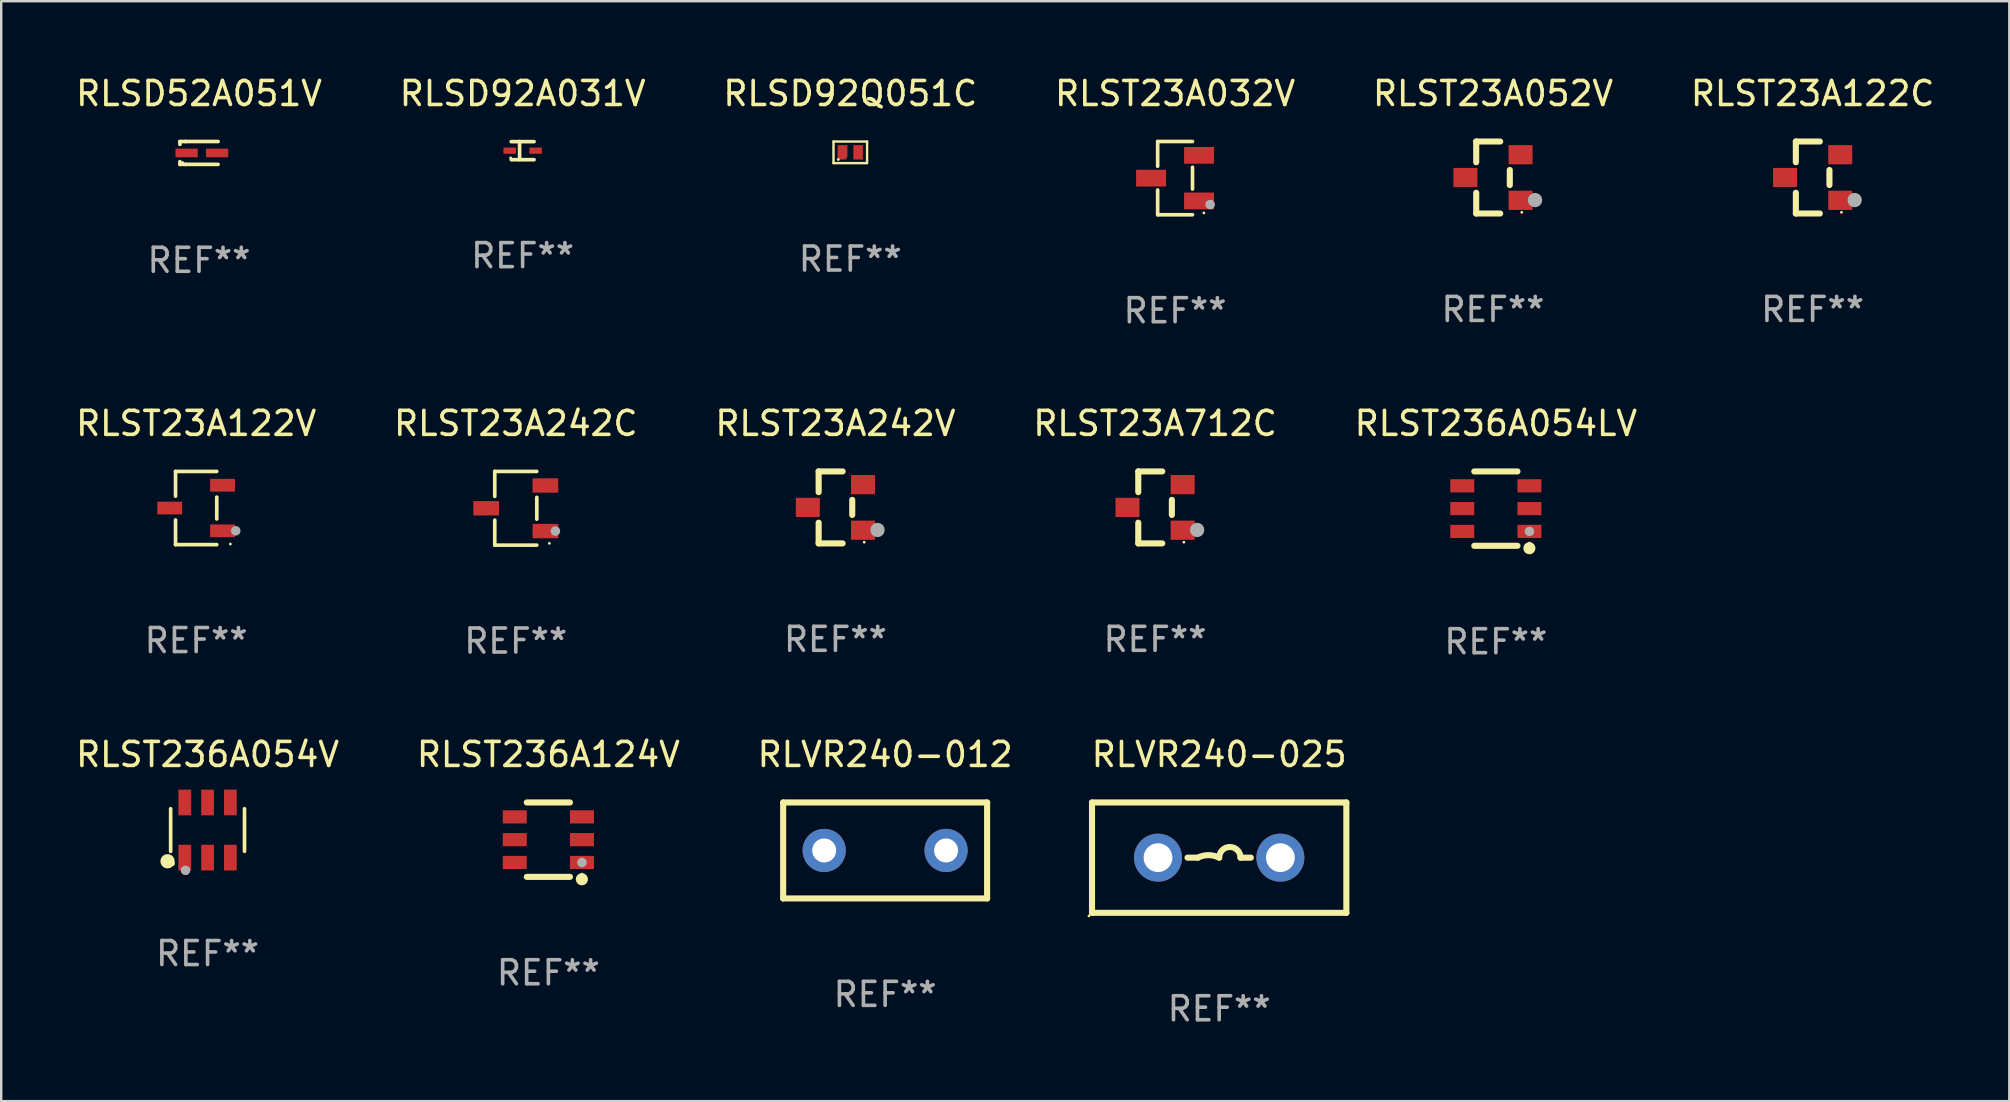
<source format=kicad_pcb>
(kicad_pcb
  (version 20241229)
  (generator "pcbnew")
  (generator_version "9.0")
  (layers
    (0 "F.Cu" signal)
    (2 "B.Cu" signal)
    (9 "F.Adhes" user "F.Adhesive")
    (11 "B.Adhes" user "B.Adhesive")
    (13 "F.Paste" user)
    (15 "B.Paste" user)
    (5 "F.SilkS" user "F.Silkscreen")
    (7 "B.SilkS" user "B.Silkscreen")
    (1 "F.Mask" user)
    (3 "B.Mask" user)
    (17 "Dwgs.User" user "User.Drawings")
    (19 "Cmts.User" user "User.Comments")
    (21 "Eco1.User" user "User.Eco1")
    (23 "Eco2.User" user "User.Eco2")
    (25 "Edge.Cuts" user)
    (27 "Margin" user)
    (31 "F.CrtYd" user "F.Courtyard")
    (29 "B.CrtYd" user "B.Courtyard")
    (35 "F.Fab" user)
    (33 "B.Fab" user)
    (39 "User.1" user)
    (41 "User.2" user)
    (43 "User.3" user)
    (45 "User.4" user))
  (footprint "RLVR240-025"
    (layer "F.Cu")
    (at 47.761 32.694)
    (property "Reference" "RLVR240-025" (at 0 -4.3 0) (layer "F.SilkS") (effects (font (size 1 1) (thickness 0.15))))
    (attr through_hole)
    (fp_line (start -5.3 -2.3) (end 5.3 -2.3) (stroke (width 0.254) (type solid)) (layer "F.SilkS"))
    (fp_line (start -5.3 2.3) (end -5.3 -2.3) (stroke (width 0.254) (type solid)) (layer "F.SilkS"))
    (fp_line (start -1.319 0) (end -0.889 0) (stroke (width 0.254) (type solid)) (layer "F.SilkS"))
    (fp_line (start 1.319 0) (end 0.889 0) (stroke (width 0.254) (type solid)) (layer "F.SilkS"))
    (fp_line (start 5.3 -2.3) (end 5.3 2.3) (stroke (width 0.254) (type solid)) (layer "F.SilkS"))
    (fp_line (start 5.3 2.3) (end -5.3 2.3) (stroke (width 0.254) (type solid)) (layer "F.SilkS"))
    (fp_arc (start -0.889002 0) (mid -0.444501 -0.104932) (end 0 0) (stroke (width 0.254001) (type solid)) (layer "F.SilkS"))
    (fp_arc (start 0 0) (mid 0.444501 -0.444501) (end 0.889002 0) (stroke (width 0.254001) (type solid)) (layer "F.SilkS"))
    (fp_circle (center -5.427 2.427) (end -5.397 2.427) (stroke (width 0.06) (type solid)) (fill no) (layer "F.SilkS"))
    (fp_text user "REF**" (at 0 6.3 0) (layer "F.Fab") (effects (font (size 1 1) (thickness 0.15))))
    (pad "1" thru_hole circle (at -2.55 0) (size 2 2) (drill 1.2) (layers "*.Cu" "*.Mask"))
    (pad "2" thru_hole circle (at 2.55 0) (size 2 2) (drill 1.2) (layers "*.Cu" "*.Mask")))
  (footprint "RLST236A054V"
    (layer "F.Cu")
    (at 5.601 31.543)
    (property "Reference" "RLST236A054V" (at 0 -3.149 0) (layer "F.SilkS") (effects (font (size 1 1) (thickness 0.15))))
    (attr through_hole)
    (fp_line (start -1.539 0.889) (end -1.539 -0.889) (stroke (width 0.152) (type solid)) (layer "F.SilkS"))
    (fp_line (start 1.539 0.889) (end 1.539 -0.889) (stroke (width 0.152) (type solid)) (layer "F.SilkS"))
    (fp_circle (center -1.668 1.301) (end -1.518 1.301) (stroke (width 0.3) (type solid)) (fill no) (layer "F.SilkS"))
    (fp_circle (center -1.463 1.4) (end -1.413 1.4) (stroke (width 0.1) (type solid)) (fill no) (layer "F.SilkS"))
    (fp_circle (center -0.92 1.68) (end -0.82 1.68) (stroke (width 0.2) (type solid)) (fill no) (layer "F.Fab"))
    (fp_text user "REF**" (at 0 5.149 0) (layer "F.Fab") (effects (font (size 1 1) (thickness 0.15))))
    (pad "1" smd rect (at -0.95 1.149) (size 0.532 1.072) (layers "F.Cu" "F.Mask" "F.Paste"))
    (pad "2" smd rect (at 0 1.149) (size 0.532 1.072) (layers "F.Cu" "F.Mask" "F.Paste"))
    (pad "3" smd rect (at 0.95 1.149) (size 0.532 1.072) (layers "F.Cu" "F.Mask" "F.Paste"))
    (pad "4" smd rect (at 0.95 -1.149) (size 0.532 1.072) (layers "F.Cu" "F.Mask" "F.Paste"))
    (pad "5" smd rect (at 0 -1.149) (size 0.532 1.072) (layers "F.Cu" "F.Mask" "F.Paste"))
    (pad "6" smd rect (at -0.95 -1.149) (size 0.532 1.072) (layers "F.Cu" "F.Mask" "F.Paste")))
  (footprint "RLSD52A051V"
    (layer "F.Cu")
    (at 5.244 3.324)
    (property "Reference" "RLSD52A051V" (at 0 -2.476 0) (layer "F.SilkS") (effects (font (size 1 1) (thickness 0.15))))
    (attr through_hole)
    (fp_line (start -0.795 -0.476) (end -0.795 -0.356) (stroke (width 0.152) (type solid)) (layer "F.SilkS"))
    (fp_line (start -0.795 0.363) (end -0.795 0.476) (stroke (width 0.152) (type solid)) (layer "F.SilkS"))
    (fp_line (start -0.795 0.476) (end -0.557 0.476) (stroke (width 0.152) (type solid)) (layer "F.SilkS"))
    (fp_line (start -0.557 -0.476) (end -0.795 -0.476) (stroke (width 0.152) (type solid)) (layer "F.SilkS"))
    (fp_line (start -0.557 -0.476) (end 0.795 -0.476) (stroke (width 0.152) (type solid)) (layer "F.SilkS"))
    (fp_line (start -0.557 0.476) (end 0.795 0.476) (stroke (width 0.152) (type solid)) (layer "F.SilkS"))
    (fp_circle (center -0.681 0.4) (end -0.651 0.4) (stroke (width 0.06) (type solid)) (fill no) (layer "F.SilkS"))
    (fp_text user "REF**" (at 0 4.476 0) (layer "F.Fab") (effects (font (size 1 1) (thickness 0.15))))
    (pad "1" smd rect (at -0.516 0 180) (size 0.93 0.36) (layers "F.Cu" "F.Mask" "F.Paste"))
    (pad "2" smd rect (at 0.754 0 180) (size 0.93 0.36) (layers "F.Cu" "F.Mask" "F.Paste")))
  (footprint "RLSD92Q051C"
    (layer "F.Cu")
    (at 32.387 3.298)
    (property "Reference" "RLSD92Q051C" (at 0 -2.45 0) (layer "F.SilkS") (effects (font (size 1 1) (thickness 0.15))))
    (attr through_hole)
    (fp_line (start -0.7 -0.45) (end -0.7 0.45) (stroke (width 0.1) (type solid)) (layer "F.SilkS"))
    (fp_line (start -0.7 -0.45) (end 0.7 -0.45) (stroke (width 0.1) (type solid)) (layer "F.SilkS"))
    (fp_line (start -0.7 0.45) (end 0.69 0.45) (stroke (width 0.1) (type solid)) (layer "F.SilkS"))
    (fp_line (start 0.7 -0.45) (end 0.7 0.45) (stroke (width 0.1) (type solid)) (layer "F.SilkS"))
    (fp_circle (center -0.5 0.3) (end -0.47 0.3) (stroke (width 0.06) (type solid)) (fill no) (layer "F.SilkS"))
    (fp_text user "REF**" (at 0 4.45 0) (layer "F.Fab") (effects (font (size 1 1) (thickness 0.15))))
    (pad "1" smd custom (at -0.325 0) (size 0.41 0.6) (layers "F.Cu" "F.Mask" "F.Paste") (options (anchor circle)) (primitives (gr_poly (pts (xy -0.205 -0.3) (xy -0.205 0.3) (xy 0.125 0.3) (xy 0.205 0.2) (xy 0.205 -0.3) (xy -0.205 -0.3)) (width 0) (fill yes))))
    (pad "2" smd rect (at 0.325 0 90) (size 0.6 0.4) (layers "F.Cu" "F.Mask" "F.Paste")))
  (footprint "RLVR240-012"
    (layer "F.Cu")
    (at 33.839 32.394)
    (property "Reference" "RLVR240-012" (at 0 -4 0) (layer "F.SilkS") (effects (font (size 1 1) (thickness 0.15))))
    (attr through_hole)
    (fp_line (start -4.25 2) (end -4.25 -2) (stroke (width 0.254) (type solid)) (layer "F.SilkS"))
    (fp_line (start -4.25 -2) (end 4.25 -2) (stroke (width 0.254) (type solid)) (layer "F.SilkS"))
    (fp_line (start 4.25 2) (end -4.25 2) (stroke (width 0.254) (type solid)) (layer "F.SilkS"))
    (fp_line (start 4.25 -2) (end 4.25 2) (stroke (width 0.254) (type solid)) (layer "F.SilkS"))
    (fp_circle (center -4.25 2) (end -4.22 2) (stroke (width 0.06) (type solid)) (fill no) (layer "F.SilkS"))
    (fp_text user "REF**" (at 0 6 0) (layer "F.Fab") (effects (font (size 1 1) (thickness 0.15))))
    (pad "1" thru_hole circle (at -2.54 0) (size 1.8 1.8) (drill 1) (layers "*.Cu" "*.Mask"))
    (pad "2" thru_hole circle (at 2.54 0) (size 1.8 1.8) (drill 1) (layers "*.Cu" "*.Mask")))
  (footprint "RLST23A242C"
    (layer "F.Cu")
    (at 18.446 18.133)
    (property "Reference" "RLST23A242C" (at 0 -3.536 0) (layer "F.SilkS") (effects (font (size 1 1) (thickness 0.15))))
    (attr through_hole)
    (fp_line (start -0.876 -1.536) (end -0.876 -0.495) (stroke (width 0.152) (type solid)) (layer "F.SilkS"))
    (fp_line (start -0.876 1.536) (end -0.876 0.495) (stroke (width 0.152) (type solid)) (layer "F.SilkS"))
    (fp_line (start 0.876 -1.536) (end -0.876 -1.536) (stroke (width 0.152) (type solid)) (layer "F.SilkS"))
    (fp_line (start 0.876 -0.455) (end 0.876 0.455) (stroke (width 0.152) (type solid)) (layer "F.SilkS"))
    (fp_line (start 0.876 1.536) (end -0.876 1.536) (stroke (width 0.152) (type solid)) (layer "F.SilkS"))
    (fp_circle (center 1.4 1.46) (end 1.43 1.46) (stroke (width 0.06) (type solid)) (fill no) (layer "F.SilkS"))
    (fp_circle (center 1.651 0.95) (end 1.751 0.95) (stroke (width 0.2) (type solid)) (fill no) (layer "F.Fab"))
    (fp_text user "REF**" (at 0 5.536 0) (layer "F.Fab") (effects (font (size 1 1) (thickness 0.15))))
    (pad "1" smd rect (at 1.235 0.95) (size 1.07 0.6) (layers "F.Cu" "F.Mask" "F.Paste"))
    (pad "2" smd rect (at 1.235 -0.95) (size 1.07 0.6) (layers "F.Cu" "F.Mask" "F.Paste"))
    (pad "3" smd rect (at -1.235 0) (size 1.07 0.6) (layers "F.Cu" "F.Mask" "F.Paste")))
  (footprint "RLST23A122V"
    (layer "F.Cu")
    (at 5.125 18.123)
    (property "Reference" "RLST23A122V" (at 0 -3.526 0) (layer "F.SilkS") (effects (font (size 1 1) (thickness 0.15))))
    (attr through_hole)
    (fp_line (start -0.859 -1.526) (end -0.859 -0.495) (stroke (width 0.152) (type solid)) (layer "F.SilkS"))
    (fp_line (start -0.859 1.526) (end -0.859 0.495) (stroke (width 0.152) (type solid)) (layer "F.SilkS"))
    (fp_line (start 0.859 -1.526) (end -0.859 -1.526) (stroke (width 0.152) (type solid)) (layer "F.SilkS"))
    (fp_line (start 0.859 -0.455) (end 0.859 0.455) (stroke (width 0.152) (type solid)) (layer "F.SilkS"))
    (fp_line (start 0.859 1.526) (end -0.859 1.526) (stroke (width 0.152) (type solid)) (layer "F.SilkS"))
    (fp_circle (center 1.425 1.5) (end 1.455 1.5) (stroke (width 0.06) (type solid)) (fill no) (layer "F.SilkS"))
    (fp_circle (center 1.65 0.95) (end 1.75 0.95) (stroke (width 0.2) (type solid)) (fill no) (layer "F.Fab"))
    (fp_text user "REF**" (at 0 5.526 0) (layer "F.Fab") (effects (font (size 1 1) (thickness 0.15))))
    (pad "1" smd rect (at 1.101 0.95) (size 1.037 0.532) (layers "F.Cu" "F.Mask" "F.Paste"))
    (pad "2" smd rect (at 1.101 -0.95) (size 1.037 0.532) (layers "F.Cu" "F.Mask" "F.Paste"))
    (pad "3" smd rect (at -1.101 0) (size 1.037 0.532) (layers "F.Cu" "F.Mask" "F.Paste")))
  (footprint "RLST23A242V"
    (layer "F.Cu")
    (at 31.768 18.097)
    (property "Reference" "RLST23A242V" (at 0 -3.5 0) (layer "F.SilkS") (effects (font (size 1 1) (thickness 0.15))))
    (attr through_hole)
    (fp_line (start -0.7 -1.5) (end 0.3 -1.5) (stroke (width 0.254) (type solid)) (layer "F.SilkS"))
    (fp_line (start -0.7 -0.636) (end -0.7 -1.5) (stroke (width 0.254) (type solid)) (layer "F.SilkS"))
    (fp_line (start -0.7 1.5) (end -0.7 0.636) (stroke (width 0.254) (type solid)) (layer "F.SilkS"))
    (fp_line (start -0.7 1.5) (end 0.3 1.5) (stroke (width 0.254) (type solid)) (layer "F.SilkS"))
    (fp_line (start 0.7 0.314) (end 0.7 -0.314) (stroke (width 0.254) (type solid)) (layer "F.SilkS"))
    (fp_circle (center 1.2 1.45) (end 1.23 1.45) (stroke (width 0.06) (type solid)) (fill no) (layer "F.SilkS"))
    (fp_circle (center 1.753 0.94) (end 1.903 0.94) (stroke (width 0.3) (type solid)) (fill no) (layer "F.Fab"))
    (fp_text user "REF**" (at 0 5.5 0) (layer "F.Fab") (effects (font (size 1 1) (thickness 0.15))))
    (pad "1" smd rect (at 1.15 0.95 180) (size 1 0.8) (layers "F.Cu" "F.Mask" "F.Paste"))
    (pad "2" smd rect (at 1.15 -0.95 180) (size 1 0.8) (layers "F.Cu" "F.Mask" "F.Paste"))
    (pad "3" smd rect (at -1.15 -0.000051 180) (size 1 0.8) (layers "F.Cu" "F.Mask" "F.Paste")))
  (footprint "RLST23A712C"
    (layer "F.Cu")
    (at 45.089 18.097)
    (property "Reference" "RLST23A712C" (at 0 -3.5 0) (layer "F.SilkS") (effects (font (size 1 1) (thickness 0.15))))
    (attr through_hole)
    (fp_line (start -0.7 -1.5) (end 0.3 -1.5) (stroke (width 0.254) (type solid)) (layer "F.SilkS"))
    (fp_line (start -0.7 -0.636) (end -0.7 -1.5) (stroke (width 0.254) (type solid)) (layer "F.SilkS"))
    (fp_line (start -0.7 1.5) (end -0.7 0.636) (stroke (width 0.254) (type solid)) (layer "F.SilkS"))
    (fp_line (start -0.7 1.5) (end 0.3 1.5) (stroke (width 0.254) (type solid)) (layer "F.SilkS"))
    (fp_line (start 0.7 0.314) (end 0.7 -0.314) (stroke (width 0.254) (type solid)) (layer "F.SilkS"))
    (fp_circle (center 1.2 1.45) (end 1.23 1.45) (stroke (width 0.06) (type solid)) (fill no) (layer "F.SilkS"))
    (fp_circle (center 1.753 0.94) (end 1.903 0.94) (stroke (width 0.3) (type solid)) (fill no) (layer "F.Fab"))
    (fp_text user "REF**" (at 0 5.5 0) (layer "F.Fab") (effects (font (size 1 1) (thickness 0.15))))
    (pad "1" smd rect (at 1.15 0.95 180) (size 1 0.8) (layers "F.Cu" "F.Mask" "F.Paste"))
    (pad "2" smd rect (at 1.15 -0.95 180) (size 1 0.8) (layers "F.Cu" "F.Mask" "F.Paste"))
    (pad "3" smd rect (at -1.15 -0.000051 180) (size 1 0.8) (layers "F.Cu" "F.Mask" "F.Paste")))
  (footprint "RLST23A122C"
    (layer "F.Cu")
    (at 72.494 4.348)
    (property "Reference" "RLST23A122C" (at 0 -3.5 0) (layer "F.SilkS") (effects (font (size 1 1) (thickness 0.15))))
    (attr through_hole)
    (fp_line (start -0.7 -1.5) (end 0.3 -1.5) (stroke (width 0.254) (type solid)) (layer "F.SilkS"))
    (fp_line (start -0.7 -0.636) (end -0.7 -1.5) (stroke (width 0.254) (type solid)) (layer "F.SilkS"))
    (fp_line (start -0.7 1.5) (end -0.7 0.636) (stroke (width 0.254) (type solid)) (layer "F.SilkS"))
    (fp_line (start -0.7 1.5) (end 0.3 1.5) (stroke (width 0.254) (type solid)) (layer "F.SilkS"))
    (fp_line (start 0.7 0.314) (end 0.7 -0.314) (stroke (width 0.254) (type solid)) (layer "F.SilkS"))
    (fp_circle (center 1.2 1.45) (end 1.23 1.45) (stroke (width 0.06) (type solid)) (fill no) (layer "F.SilkS"))
    (fp_circle (center 1.753 0.94) (end 1.903 0.94) (stroke (width 0.3) (type solid)) (fill no) (layer "F.Fab"))
    (fp_text user "REF**" (at 0 5.5 0) (layer "F.Fab") (effects (font (size 1 1) (thickness 0.15))))
    (pad "1" smd rect (at 1.15 0.95 180) (size 1 0.8) (layers "F.Cu" "F.Mask" "F.Paste"))
    (pad "2" smd rect (at 1.15 -0.95 180) (size 1 0.8) (layers "F.Cu" "F.Mask" "F.Paste"))
    (pad "3" smd rect (at -1.15 -0.000051 180) (size 1 0.8) (layers "F.Cu" "F.Mask" "F.Paste")))
  (footprint "RLST236A054LV"
    (layer "F.Cu")
    (at 59.292 18.147)
    (property "Reference" "RLST236A054LV" (at 0 -3.55 0) (layer "F.SilkS") (effects (font (size 1 1) (thickness 0.15))))
    (attr through_hole)
    (fp_line (start -0.9 -1.55) (end 0.9 -1.55) (stroke (width 0.254) (type solid)) (layer "F.SilkS"))
    (fp_line (start -0.9 1.55) (end 0.9 1.55) (stroke (width 0.254) (type solid)) (layer "F.SilkS"))
    (fp_circle (center 1.397 1.651) (end 1.524 1.651) (stroke (width 0.254) (type solid)) (fill no) (layer "F.SilkS"))
    (fp_circle (center 1.4 1.435) (end 1.43 1.435) (stroke (width 0.06) (type solid)) (fill no) (layer "F.SilkS"))
    (fp_circle (center 1.4 0.95) (end 1.5 0.95) (stroke (width 0.2) (type solid)) (fill no) (layer "F.Fab"))
    (fp_text user "REF**" (at 0 5.55 0) (layer "F.Fab") (effects (font (size 1 1) (thickness 0.15))))
    (pad "1" smd rect (at 1.4 0.95) (size 1 0.55) (layers "F.Cu" "F.Mask" "F.Paste"))
    (pad "2" smd rect (at 1.4 -0.000102) (size 1 0.55) (layers "F.Cu" "F.Mask" "F.Paste"))
    (pad "3" smd rect (at 1.4 -0.95) (size 1 0.55) (layers "F.Cu" "F.Mask" "F.Paste"))
    (pad "4" smd rect (at -1.4 -0.95) (size 1 0.55) (layers "F.Cu" "F.Mask" "F.Paste"))
    (pad "5" smd rect (at -1.4 -0.000102) (size 1 0.55) (layers "F.Cu" "F.Mask" "F.Paste"))
    (pad "6" smd rect (at -1.4 0.95) (size 1 0.55) (layers "F.Cu" "F.Mask" "F.Paste")))
  (footprint "RLST23A052V"
    (layer "F.Cu")
    (at 59.173 4.348)
    (property "Reference" "RLST23A052V" (at 0 -3.5 0) (layer "F.SilkS") (effects (font (size 1 1) (thickness 0.15))))
    (attr through_hole)
    (fp_line (start -0.7 -1.5) (end 0.3 -1.5) (stroke (width 0.254) (type solid)) (layer "F.SilkS"))
    (fp_line (start -0.7 -0.636) (end -0.7 -1.5) (stroke (width 0.254) (type solid)) (layer "F.SilkS"))
    (fp_line (start -0.7 1.5) (end -0.7 0.636) (stroke (width 0.254) (type solid)) (layer "F.SilkS"))
    (fp_line (start -0.7 1.5) (end 0.3 1.5) (stroke (width 0.254) (type solid)) (layer "F.SilkS"))
    (fp_line (start 0.7 0.314) (end 0.7 -0.314) (stroke (width 0.254) (type solid)) (layer "F.SilkS"))
    (fp_circle (center 1.2 1.45) (end 1.23 1.45) (stroke (width 0.06) (type solid)) (fill no) (layer "F.SilkS"))
    (fp_circle (center 1.753 0.94) (end 1.903 0.94) (stroke (width 0.3) (type solid)) (fill no) (layer "F.Fab"))
    (fp_text user "REF**" (at 0 5.5 0) (layer "F.Fab") (effects (font (size 1 1) (thickness 0.15))))
    (pad "1" smd rect (at 1.15 0.95 180) (size 1 0.8) (layers "F.Cu" "F.Mask" "F.Paste"))
    (pad "2" smd rect (at 1.15 -0.95 180) (size 1 0.8) (layers "F.Cu" "F.Mask" "F.Paste"))
    (pad "3" smd rect (at -1.15 -0.000051 180) (size 1 0.8) (layers "F.Cu" "F.Mask" "F.Paste")))
  (footprint "RLST23A032V"
    (layer "F.Cu")
    (at 45.923 4.374)
    (property "Reference" "RLST23A032V" (at 0 -3.526 0) (layer "F.SilkS") (effects (font (size 1 1) (thickness 0.15))))
    (attr through_hole)
    (fp_line (start -0.726 -1.526) (end -0.726 -0.495) (stroke (width 0.152) (type solid)) (layer "F.SilkS"))
    (fp_line (start -0.726 1.526) (end -0.726 0.495) (stroke (width 0.152) (type solid)) (layer "F.SilkS"))
    (fp_line (start 0.726 -1.526) (end -0.726 -1.526) (stroke (width 0.152) (type solid)) (layer "F.SilkS"))
    (fp_line (start 0.726 -0.455) (end 0.726 0.455) (stroke (width 0.152) (type solid)) (layer "F.SilkS"))
    (fp_line (start 0.726 1.526) (end -0.726 1.526) (stroke (width 0.152) (type solid)) (layer "F.SilkS"))
    (fp_circle (center 1.2 1.45) (end 1.23 1.45) (stroke (width 0.06) (type solid)) (fill no) (layer "F.SilkS"))
    (fp_circle (center 1.46 1.1) (end 1.56 1.1) (stroke (width 0.2) (type solid)) (fill no) (layer "F.Fab"))
    (fp_text user "REF**" (at 0 5.526 0) (layer "F.Fab") (effects (font (size 1 1) (thickness 0.15))))
    (pad "1" smd rect (at 1 0.95) (size 1.25 0.7) (layers "F.Cu" "F.Mask" "F.Paste"))
    (pad "2" smd rect (at 1 -0.95) (size 1.25 0.7) (layers "F.Cu" "F.Mask" "F.Paste"))
    (pad "3" smd rect (at -1 0) (size 1.25 0.7) (layers "F.Cu" "F.Mask" "F.Paste")))
  (footprint "RLST236A124V"
    (layer "F.Cu")
    (at 19.804 31.944)
    (property "Reference" "RLST236A124V" (at 0 -3.55 0) (layer "F.SilkS") (effects (font (size 1 1) (thickness 0.15))))
    (attr through_hole)
    (fp_line (start -0.9 -1.55) (end 0.9 -1.55) (stroke (width 0.254) (type solid)) (layer "F.SilkS"))
    (fp_line (start -0.9 1.55) (end 0.9 1.55) (stroke (width 0.254) (type solid)) (layer "F.SilkS"))
    (fp_circle (center 1.397 1.651) (end 1.524 1.651) (stroke (width 0.254) (type solid)) (fill no) (layer "F.SilkS"))
    (fp_circle (center 1.4 1.435) (end 1.43 1.435) (stroke (width 0.06) (type solid)) (fill no) (layer "F.SilkS"))
    (fp_circle (center 1.4 0.95) (end 1.5 0.95) (stroke (width 0.2) (type solid)) (fill no) (layer "F.Fab"))
    (fp_text user "REF**" (at 0 5.55 0) (layer "F.Fab") (effects (font (size 1 1) (thickness 0.15))))
    (pad "1" smd rect (at 1.4 0.95) (size 1 0.55) (layers "F.Cu" "F.Mask" "F.Paste"))
    (pad "2" smd rect (at 1.4 -0.000102) (size 1 0.55) (layers "F.Cu" "F.Mask" "F.Paste"))
    (pad "3" smd rect (at 1.4 -0.95) (size 1 0.55) (layers "F.Cu" "F.Mask" "F.Paste"))
    (pad "4" smd rect (at -1.4 -0.95) (size 1 0.55) (layers "F.Cu" "F.Mask" "F.Paste"))
    (pad "5" smd rect (at -1.4 -0.000102) (size 1 0.55) (layers "F.Cu" "F.Mask" "F.Paste"))
    (pad "6" smd rect (at -1.4 0.95) (size 1 0.55) (layers "F.Cu" "F.Mask" "F.Paste")))
  (footprint "RLSD92A031V"
    (layer "F.Cu")
    (at 18.732 3.227)
    (property "Reference" "RLSD92A031V" (at 0 -2.379 0) (layer "F.SilkS") (effects (font (size 1 1) (thickness 0.15))))
    (attr through_hole)
    (fp_line (start -0.476 -0.374) (end 0.476 -0.374) (stroke (width 0.152) (type solid)) (layer "F.SilkS"))
    (fp_line (start -0.476 0.379) (end 0.476 0.379) (stroke (width 0.152) (type solid)) (layer "F.SilkS"))
    (fp_line (start -0.127 -0.379) (end -0.127 0.374) (stroke (width 0.152) (type solid)) (layer "F.SilkS"))
    (fp_circle (center -0.5 0.302) (end -0.47 0.302) (stroke (width 0.06) (type solid)) (fill no) (layer "F.SilkS"))
    (fp_text user "REF**" (at 0 4.379 0) (layer "F.Fab") (effects (font (size 1 1) (thickness 0.15))))
    (pad "1" smd rect (at -0.54 0.002 180) (size 0.52 0.26) (layers "F.Cu" "F.Mask" "F.Paste"))
    (pad "2" smd rect (at 0.54 0.002 180) (size 0.52 0.26) (layers "F.Cu" "F.Mask" "F.Paste")))
  (gr_rect
    (start -3 -3)
    (end 80.69 42.842)
    (stroke (width 0.1) (type default))
    (fill no)
    (layer "Edge.Cuts")))
</source>
